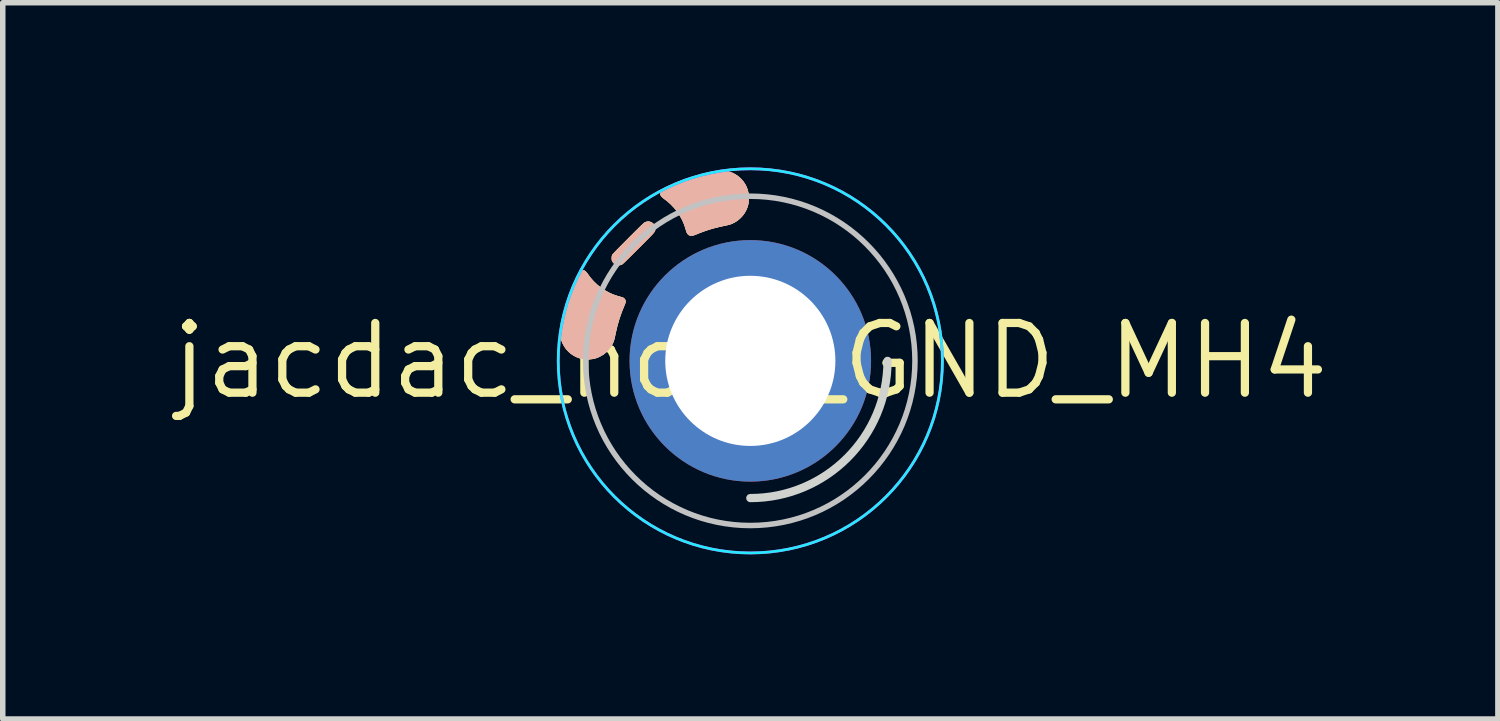
<source format=kicad_pcb>
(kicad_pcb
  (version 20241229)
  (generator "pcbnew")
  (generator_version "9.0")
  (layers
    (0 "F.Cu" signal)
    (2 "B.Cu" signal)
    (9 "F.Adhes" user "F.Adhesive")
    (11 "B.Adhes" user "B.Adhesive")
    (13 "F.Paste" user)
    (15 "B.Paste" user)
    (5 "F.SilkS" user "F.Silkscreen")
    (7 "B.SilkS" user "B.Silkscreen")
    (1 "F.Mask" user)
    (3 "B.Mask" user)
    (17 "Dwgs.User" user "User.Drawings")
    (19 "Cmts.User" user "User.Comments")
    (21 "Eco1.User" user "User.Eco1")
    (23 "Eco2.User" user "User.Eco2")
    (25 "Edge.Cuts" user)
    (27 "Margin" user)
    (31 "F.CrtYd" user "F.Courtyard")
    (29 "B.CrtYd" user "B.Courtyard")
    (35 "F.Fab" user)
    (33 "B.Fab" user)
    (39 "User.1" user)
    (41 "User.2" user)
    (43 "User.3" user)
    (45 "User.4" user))
  (footprint "jacdac_hole_GND_MH4"
    (layer "F.Cu")
    (at 10.621 3.525)
    (property "Reference" "jacdac_hole_GND_MH4" (at 0 0 0) (layer "F.SilkS") (effects (font (size 1.27 1.27) (thickness 0.15))))
    (attr through_hole exclude_from_bom)
    (fp_circle (center 0 0) (end 2.5 0) (stroke (width 0) (type solid)) (fill yes) (layer "F.Mask"))
    (fp_circle (center 0 0) (end 2.5 0) (stroke (width 0) (type solid)) (fill yes) (layer "B.Mask"))
    (fp_poly (pts (xy -1.1 -2.287) (xy -1.116 -2.294) (xy -1.129 -2.304) (xy -1.139 -2.313) (xy -1.146 -2.323) (xy -1.153 -2.335) (xy -1.159 -2.35) (xy -1.166 -2.37) (xy -1.174 -2.397) (xy -1.175 -2.398) (xy -1.192 -2.455) (xy -1.211 -2.506) (xy -1.233 -2.556) (xy -1.249 -2.589) (xy -1.292 -2.664) (xy -1.341 -2.736) (xy -1.397 -2.803) (xy -1.458 -2.865) (xy -1.524 -2.922) (xy -1.562 -2.95) (xy -1.59 -2.971) (xy -1.612 -2.992) (xy -1.627 -3.011) (xy -1.637 -3.031) (xy -1.641 -3.05) (xy -1.641 -3.056) (xy -1.639 -3.074) (xy -1.633 -3.091) (xy -1.621 -3.107) (xy -1.604 -3.122) (xy -1.58 -3.137) (xy -1.55 -3.154) (xy -1.549 -3.154) (xy -1.428 -3.211) (xy -1.3 -3.265) (xy -1.167 -3.314) (xy -1.031 -3.358) (xy -0.891 -3.398) (xy -0.749 -3.432) (xy -0.69 -3.444) (xy -0.631 -3.455) (xy -0.577 -3.462) (xy -0.53 -3.465) (xy -0.488 -3.465) (xy -0.454 -3.461) (xy -0.391 -3.446) (xy -0.331 -3.425) (xy -0.275 -3.397) (xy -0.224 -3.362) (xy -0.177 -3.322) (xy -0.136 -3.275) (xy -0.099 -3.223) (xy -0.094 -3.215) (xy -0.068 -3.162) (xy -0.048 -3.106) (xy -0.035 -3.047) (xy -0.029 -2.987) (xy -0.03 -2.927) (xy -0.038 -2.867) (xy -0.052 -2.809) (xy -0.054 -2.805) (xy -0.077 -2.749) (xy -0.106 -2.696) (xy -0.142 -2.647) (xy -0.184 -2.603) (xy -0.23 -2.563) (xy -0.281 -2.529) (xy -0.335 -2.502) (xy -0.357 -2.494) (xy -0.372 -2.489) (xy -0.392 -2.484) (xy -0.416 -2.477) (xy -0.443 -2.471) (xy -0.469 -2.466) (xy -0.47 -2.466) (xy -0.569 -2.444) (xy -0.663 -2.42) (xy -0.753 -2.394) (xy -0.84 -2.365) (xy -0.927 -2.332) (xy -0.975 -2.313) (xy -1.009 -2.299) (xy -1.038 -2.29) (xy -1.062 -2.285) (xy -1.083 -2.284) (xy -1.1 -2.287)) (stroke (width 0.01) (type solid)) (fill yes) (layer "F.SilkS"))
    (fp_poly (pts (xy -3.051 -0.037) (xy -3.109 -0.051) (xy -3.164 -0.071) (xy -3.216 -0.098) (xy -3.265 -0.13) (xy -3.309 -0.168) (xy -3.35 -0.212) (xy -3.385 -0.26) (xy -3.414 -0.313) (xy -3.438 -0.371) (xy -3.455 -0.432) (xy -3.456 -0.434) (xy -3.459 -0.452) (xy -3.461 -0.471) (xy -3.462 -0.494) (xy -3.462 -0.522) (xy -3.462 -0.533) (xy -3.462 -0.555) (xy -3.461 -0.576) (xy -3.459 -0.597) (xy -3.457 -0.62) (xy -3.453 -0.645) (xy -3.448 -0.673) (xy -3.441 -0.705) (xy -3.433 -0.743) (xy -3.423 -0.787) (xy -3.419 -0.805) (xy -3.39 -0.919) (xy -3.356 -1.035) (xy -3.318 -1.152) (xy -3.276 -1.268) (xy -3.23 -1.381) (xy -3.182 -1.49) (xy -3.147 -1.561) (xy -3.133 -1.589) (xy -3.12 -1.61) (xy -3.108 -1.625) (xy -3.096 -1.636) (xy -3.084 -1.644) (xy -3.082 -1.645) (xy -3.064 -1.651) (xy -3.047 -1.651) (xy -3.033 -1.647) (xy -3.013 -1.636) (xy -2.993 -1.618) (xy -2.972 -1.593) (xy -2.969 -1.588) (xy -2.915 -1.514) (xy -2.856 -1.447) (xy -2.792 -1.386) (xy -2.723 -1.33) (xy -2.65 -1.282) (xy -2.574 -1.24) (xy -2.517 -1.214) (xy -2.486 -1.202) (xy -2.454 -1.191) (xy -2.421 -1.18) (xy -2.383 -1.169) (xy -2.35 -1.16) (xy -2.332 -1.155) (xy -2.319 -1.149) (xy -2.308 -1.142) (xy -2.3 -1.135) (xy -2.286 -1.119) (xy -2.278 -1.103) (xy -2.276 -1.085) (xy -2.278 -1.063) (xy -2.286 -1.038) (xy -2.295 -1.016) (xy -2.344 -0.895) (xy -2.388 -0.771) (xy -2.425 -0.642) (xy -2.456 -0.508) (xy -2.463 -0.478) (xy -2.47 -0.443) (xy -2.476 -0.415) (xy -2.482 -0.391) (xy -2.488 -0.371) (xy -2.495 -0.352) (xy -2.502 -0.333) (xy -2.509 -0.32) (xy -2.537 -0.267) (xy -2.573 -0.218) (xy -2.613 -0.173) (xy -2.659 -0.133) (xy -2.709 -0.1) (xy -2.763 -0.072) (xy -2.819 -0.051) (xy -2.866 -0.039) (xy -2.929 -0.031) (xy -2.991 -0.031) (xy -3.051 -0.037)) (stroke (width 0.01) (type solid)) (fill yes) (layer "F.SilkS"))
    (fp_poly (pts (xy -2.416 -1.747) (xy -2.445 -1.755) (xy -2.472 -1.769) (xy -2.494 -1.789) (xy -2.51 -1.812) (xy -2.516 -1.823) (xy -2.52 -1.832) (xy -2.521 -1.843) (xy -2.522 -1.857) (xy -2.522 -1.871) (xy -2.522 -1.89) (xy -2.521 -1.904) (xy -2.518 -1.916) (xy -2.513 -1.927) (xy -2.513 -1.928) (xy -2.51 -1.933) (xy -2.505 -1.939) (xy -2.498 -1.948) (xy -2.488 -1.959) (xy -2.475 -1.972) (xy -2.459 -1.989) (xy -2.44 -2.01) (xy -2.416 -2.034) (xy -2.389 -2.062) (xy -2.357 -2.094) (xy -2.32 -2.131) (xy -2.278 -2.173) (xy -2.231 -2.22) (xy -2.221 -2.231) (xy -2.174 -2.278) (xy -2.133 -2.319) (xy -2.096 -2.356) (xy -2.064 -2.387) (xy -2.036 -2.415) (xy -2.012 -2.439) (xy -1.992 -2.458) (xy -1.975 -2.475) (xy -1.96 -2.488) (xy -1.949 -2.499) (xy -1.939 -2.507) (xy -1.932 -2.514) (xy -1.925 -2.518) (xy -1.92 -2.522) (xy -1.917 -2.523) (xy -1.891 -2.532) (xy -1.864 -2.536) (xy -1.838 -2.534) (xy -1.829 -2.532) (xy -1.799 -2.52) (xy -1.774 -2.502) (xy -1.755 -2.479) (xy -1.742 -2.453) (xy -1.735 -2.422) (xy -1.735 -2.401) (xy -1.736 -2.393) (xy -1.736 -2.387) (xy -1.737 -2.38) (xy -1.739 -2.373) (xy -1.742 -2.366) (xy -1.746 -2.358) (xy -1.752 -2.349) (xy -1.76 -2.339) (xy -1.77 -2.327) (xy -1.783 -2.312) (xy -1.799 -2.295) (xy -1.818 -2.275) (xy -1.841 -2.251) (xy -1.867 -2.225) (xy -1.898 -2.194) (xy -1.933 -2.158) (xy -1.973 -2.118) (xy -2.018 -2.073) (xy -2.045 -2.047) (xy -2.091 -2) (xy -2.133 -1.959) (xy -2.169 -1.923) (xy -2.201 -1.891) (xy -2.228 -1.864) (xy -2.252 -1.841) (xy -2.272 -1.821) (xy -2.289 -1.805) (xy -2.303 -1.791) (xy -2.315 -1.781) (xy -2.324 -1.772) (xy -2.332 -1.766) (xy -2.338 -1.761) (xy -2.343 -1.758) (xy -2.347 -1.756) (xy -2.351 -1.754) (xy -2.354 -1.753) (xy -2.385 -1.747) (xy -2.416 -1.747)) (stroke (width 0.01) (type solid)) (fill yes) (layer "F.SilkS"))
    (fp_poly (pts (xy -1.1 -2.285) (xy -1.116 -2.292) (xy -1.129 -2.302) (xy -1.138 -2.311) (xy -1.146 -2.321) (xy -1.153 -2.333) (xy -1.159 -2.348) (xy -1.166 -2.369) (xy -1.174 -2.395) (xy -1.174 -2.396) (xy -1.192 -2.453) (xy -1.211 -2.505) (xy -1.232 -2.554) (xy -1.249 -2.587) (xy -1.291 -2.662) (xy -1.341 -2.734) (xy -1.397 -2.801) (xy -1.458 -2.864) (xy -1.524 -2.92) (xy -1.561 -2.948) (xy -1.59 -2.97) (xy -1.612 -2.99) (xy -1.627 -3.01) (xy -1.636 -3.029) (xy -1.64 -3.049) (xy -1.64 -3.054) (xy -1.638 -3.073) (xy -1.632 -3.089) (xy -1.621 -3.105) (xy -1.603 -3.12) (xy -1.58 -3.136) (xy -1.549 -3.152) (xy -1.549 -3.152) (xy -1.427 -3.21) (xy -1.3 -3.263) (xy -1.167 -3.312) (xy -1.03 -3.357) (xy -0.89 -3.396) (xy -0.748 -3.43) (xy -0.69 -3.443) (xy -0.63 -3.454) (xy -0.577 -3.461) (xy -0.53 -3.464) (xy -0.488 -3.463) (xy -0.454 -3.459) (xy -0.391 -3.445) (xy -0.331 -3.423) (xy -0.275 -3.395) (xy -0.224 -3.361) (xy -0.177 -3.32) (xy -0.135 -3.274) (xy -0.099 -3.221) (xy -0.094 -3.213) (xy -0.068 -3.16) (xy -0.048 -3.104) (xy -0.035 -3.045) (xy -0.029 -2.985) (xy -0.03 -2.925) (xy -0.037 -2.865) (xy -0.052 -2.808) (xy -0.053 -2.804) (xy -0.076 -2.748) (xy -0.106 -2.695) (xy -0.142 -2.646) (xy -0.184 -2.601) (xy -0.23 -2.561) (xy -0.281 -2.528) (xy -0.335 -2.501) (xy -0.357 -2.492) (xy -0.371 -2.487) (xy -0.391 -2.482) (xy -0.416 -2.476) (xy -0.442 -2.47) (xy -0.469 -2.464) (xy -0.469 -2.464) (xy -0.569 -2.442) (xy -0.663 -2.419) (xy -0.753 -2.393) (xy -0.84 -2.363) (xy -0.927 -2.331) (xy -0.975 -2.311) (xy -1.009 -2.297) (xy -1.038 -2.288) (xy -1.062 -2.283) (xy -1.082 -2.282) (xy -1.1 -2.285)) (stroke (width 0.01) (type solid)) (fill yes) (layer "B.SilkS"))
    (fp_poly (pts (xy -3.05 -0.036) (xy -3.108 -0.049) (xy -3.164 -0.07) (xy -3.216 -0.096) (xy -3.264 -0.129) (xy -3.309 -0.167) (xy -3.349 -0.21) (xy -3.384 -0.259) (xy -3.414 -0.312) (xy -3.438 -0.369) (xy -3.455 -0.431) (xy -3.455 -0.432) (xy -3.458 -0.45) (xy -3.46 -0.469) (xy -3.462 -0.492) (xy -3.462 -0.52) (xy -3.462 -0.532) (xy -3.462 -0.553) (xy -3.461 -0.574) (xy -3.459 -0.596) (xy -3.456 -0.618) (xy -3.452 -0.643) (xy -3.447 -0.671) (xy -3.441 -0.703) (xy -3.432 -0.741) (xy -3.423 -0.785) (xy -3.418 -0.804) (xy -3.39 -0.917) (xy -3.356 -1.033) (xy -3.318 -1.15) (xy -3.275 -1.266) (xy -3.23 -1.38) (xy -3.181 -1.488) (xy -3.147 -1.56) (xy -3.132 -1.587) (xy -3.12 -1.608) (xy -3.108 -1.624) (xy -3.096 -1.635) (xy -3.083 -1.643) (xy -3.081 -1.643) (xy -3.063 -1.649) (xy -3.047 -1.649) (xy -3.032 -1.645) (xy -3.013 -1.635) (xy -2.992 -1.616) (xy -2.972 -1.591) (xy -2.969 -1.586) (xy -2.915 -1.513) (xy -2.855 -1.445) (xy -2.791 -1.384) (xy -2.723 -1.329) (xy -2.65 -1.28) (xy -2.573 -1.238) (xy -2.517 -1.212) (xy -2.485 -1.2) (xy -2.454 -1.189) (xy -2.42 -1.178) (xy -2.383 -1.167) (xy -2.35 -1.158) (xy -2.331 -1.153) (xy -2.318 -1.148) (xy -2.308 -1.141) (xy -2.299 -1.133) (xy -2.286 -1.118) (xy -2.278 -1.101) (xy -2.275 -1.083) (xy -2.278 -1.062) (xy -2.285 -1.036) (xy -2.295 -1.014) (xy -2.344 -0.893) (xy -2.387 -0.769) (xy -2.425 -0.64) (xy -2.456 -0.507) (xy -2.462 -0.476) (xy -2.469 -0.442) (xy -2.476 -0.413) (xy -2.482 -0.39) (xy -2.488 -0.369) (xy -2.494 -0.35) (xy -2.502 -0.332) (xy -2.508 -0.318) (xy -2.537 -0.265) (xy -2.572 -0.216) (xy -2.613 -0.171) (xy -2.659 -0.132) (xy -2.709 -0.098) (xy -2.762 -0.07) (xy -2.819 -0.049) (xy -2.866 -0.038) (xy -2.929 -0.03) (xy -2.99 -0.029) (xy -3.05 -0.036)) (stroke (width 0.01) (type solid)) (fill yes) (layer "B.SilkS"))
    (fp_poly (pts (xy -2.416 -1.746) (xy -2.445 -1.753) (xy -2.471 -1.767) (xy -2.494 -1.787) (xy -2.51 -1.81) (xy -2.516 -1.821) (xy -2.519 -1.831) (xy -2.521 -1.841) (xy -2.522 -1.856) (xy -2.522 -1.869) (xy -2.521 -1.889) (xy -2.52 -1.903) (xy -2.517 -1.914) (xy -2.513 -1.925) (xy -2.512 -1.927) (xy -2.51 -1.931) (xy -2.505 -1.937) (xy -2.498 -1.946) (xy -2.488 -1.957) (xy -2.475 -1.971) (xy -2.459 -1.988) (xy -2.439 -2.008) (xy -2.416 -2.032) (xy -2.388 -2.06) (xy -2.356 -2.093) (xy -2.32 -2.13) (xy -2.278 -2.172) (xy -2.231 -2.219) (xy -2.221 -2.229) (xy -2.174 -2.276) (xy -2.132 -2.317) (xy -2.096 -2.354) (xy -2.064 -2.386) (xy -2.036 -2.413) (xy -2.012 -2.437) (xy -1.992 -2.457) (xy -1.974 -2.473) (xy -1.96 -2.487) (xy -1.948 -2.497) (xy -1.939 -2.506) (xy -1.931 -2.512) (xy -1.925 -2.517) (xy -1.92 -2.52) (xy -1.916 -2.522) (xy -1.891 -2.53) (xy -1.864 -2.534) (xy -1.838 -2.533) (xy -1.829 -2.531) (xy -1.799 -2.518) (xy -1.774 -2.501) (xy -1.755 -2.478) (xy -1.741 -2.451) (xy -1.735 -2.421) (xy -1.735 -2.399) (xy -1.735 -2.392) (xy -1.736 -2.385) (xy -1.737 -2.378) (xy -1.739 -2.372) (xy -1.741 -2.365) (xy -1.746 -2.357) (xy -1.752 -2.348) (xy -1.76 -2.337) (xy -1.77 -2.325) (xy -1.783 -2.31) (xy -1.799 -2.293) (xy -1.818 -2.273) (xy -1.84 -2.25) (xy -1.867 -2.223) (xy -1.898 -2.192) (xy -1.933 -2.157) (xy -1.973 -2.117) (xy -2.018 -2.071) (xy -2.044 -2.045) (xy -2.091 -1.999) (xy -2.132 -1.958) (xy -2.169 -1.921) (xy -2.2 -1.89) (xy -2.228 -1.863) (xy -2.252 -1.839) (xy -2.272 -1.82) (xy -2.289 -1.803) (xy -2.303 -1.79) (xy -2.315 -1.779) (xy -2.324 -1.771) (xy -2.332 -1.764) (xy -2.338 -1.76) (xy -2.343 -1.756) (xy -2.347 -1.754) (xy -2.351 -1.752) (xy -2.353 -1.752) (xy -2.385 -1.745) (xy -2.416 -1.746)) (stroke (width 0.01) (type solid)) (fill yes) (layer "B.SilkS"))
    (fp_circle (center 0 0) (end 0 -3) (stroke (width 0.1) (type default)) (fill no) (layer "Dwgs.User"))
    (fp_arc (start 2.5 0) (mid 1.767767 1.767767) (end 0 2.5) (stroke (width 0.15) (type default)) (layer "Edge.Cuts"))
    (fp_circle (center 0 0) (end 3.5 0) (stroke (width 0.05) (type default)) (fill no) (layer "B.CrtYd"))
    (fp_circle (center 0 0) (end 3.5 0) (stroke (width 0.05) (type default)) (fill no) (layer "F.CrtYd"))
    (pad "MH4" thru_hole circle (at 0 0 90) (size 4.4 4.4) (drill 3.1) (layers "*.Cu"))
    (zone (net_name "") (layers "F.Cu" "B.Cu") (hatch edge 0.508) (connect_pads) (min_thickness 0.254) (filled_areas_thickness no) (keepout (tracks allowed) (vias allowed) (pads allowed) (copperpour not_allowed) (footprints allowed)) (placement (enabled no)) (fill) (polygon (pts (xy 10.621 0.52) (xy 10.272 0.54) (xy 9.928 0.601) (xy 9.593 0.701) (xy 9.272 0.84) (xy 8.97 1.014) (xy 8.689 1.223) (xy 8.435 1.463) (xy 8.21 1.73) (xy 8.018 2.022) (xy 7.862 2.335) (xy 7.742 2.663) (xy 7.661 3.003) (xy 7.621 3.35) (xy 7.621 3.7) (xy 7.661 4.047) (xy 7.742 4.387) (xy 7.862 4.715) (xy 8.018 5.028) (xy 8.21 5.32) (xy 8.435 5.587) (xy 8.689 5.827) (xy 8.97 6.036) (xy 9.272 6.21) (xy 9.593 6.349) (xy 9.928 6.449) (xy 10.272 6.51) (xy 10.621 6.53) (xy 10.97 6.51) (xy 11.314 6.449) (xy 11.649 6.349) (xy 11.97 6.21) (xy 12.272 6.036) (xy 12.552 5.827) (xy 12.807 5.587) (xy 13.031 5.32) (xy 13.223 5.028) (xy 13.38 4.715) (xy 13.5 4.387) (xy 13.58 4.047) (xy 13.621 3.7) (xy 13.621 3.35) (xy 13.58 3.003) (xy 13.5 2.663) (xy 13.38 2.335) (xy 13.223 2.022) (xy 13.031 1.73) (xy 12.807 1.463) (xy 12.552 1.223) (xy 12.272 1.014) (xy 11.97 0.84) (xy 11.649 0.701) (xy 11.314 0.601) (xy 10.97 0.54)))))
  (gr_rect
    (start -3 -3)
    (end 24.242 10.05)
    (stroke (width 0.1) (type default))
    (fill no)
    (layer "Edge.Cuts")))
</source>
